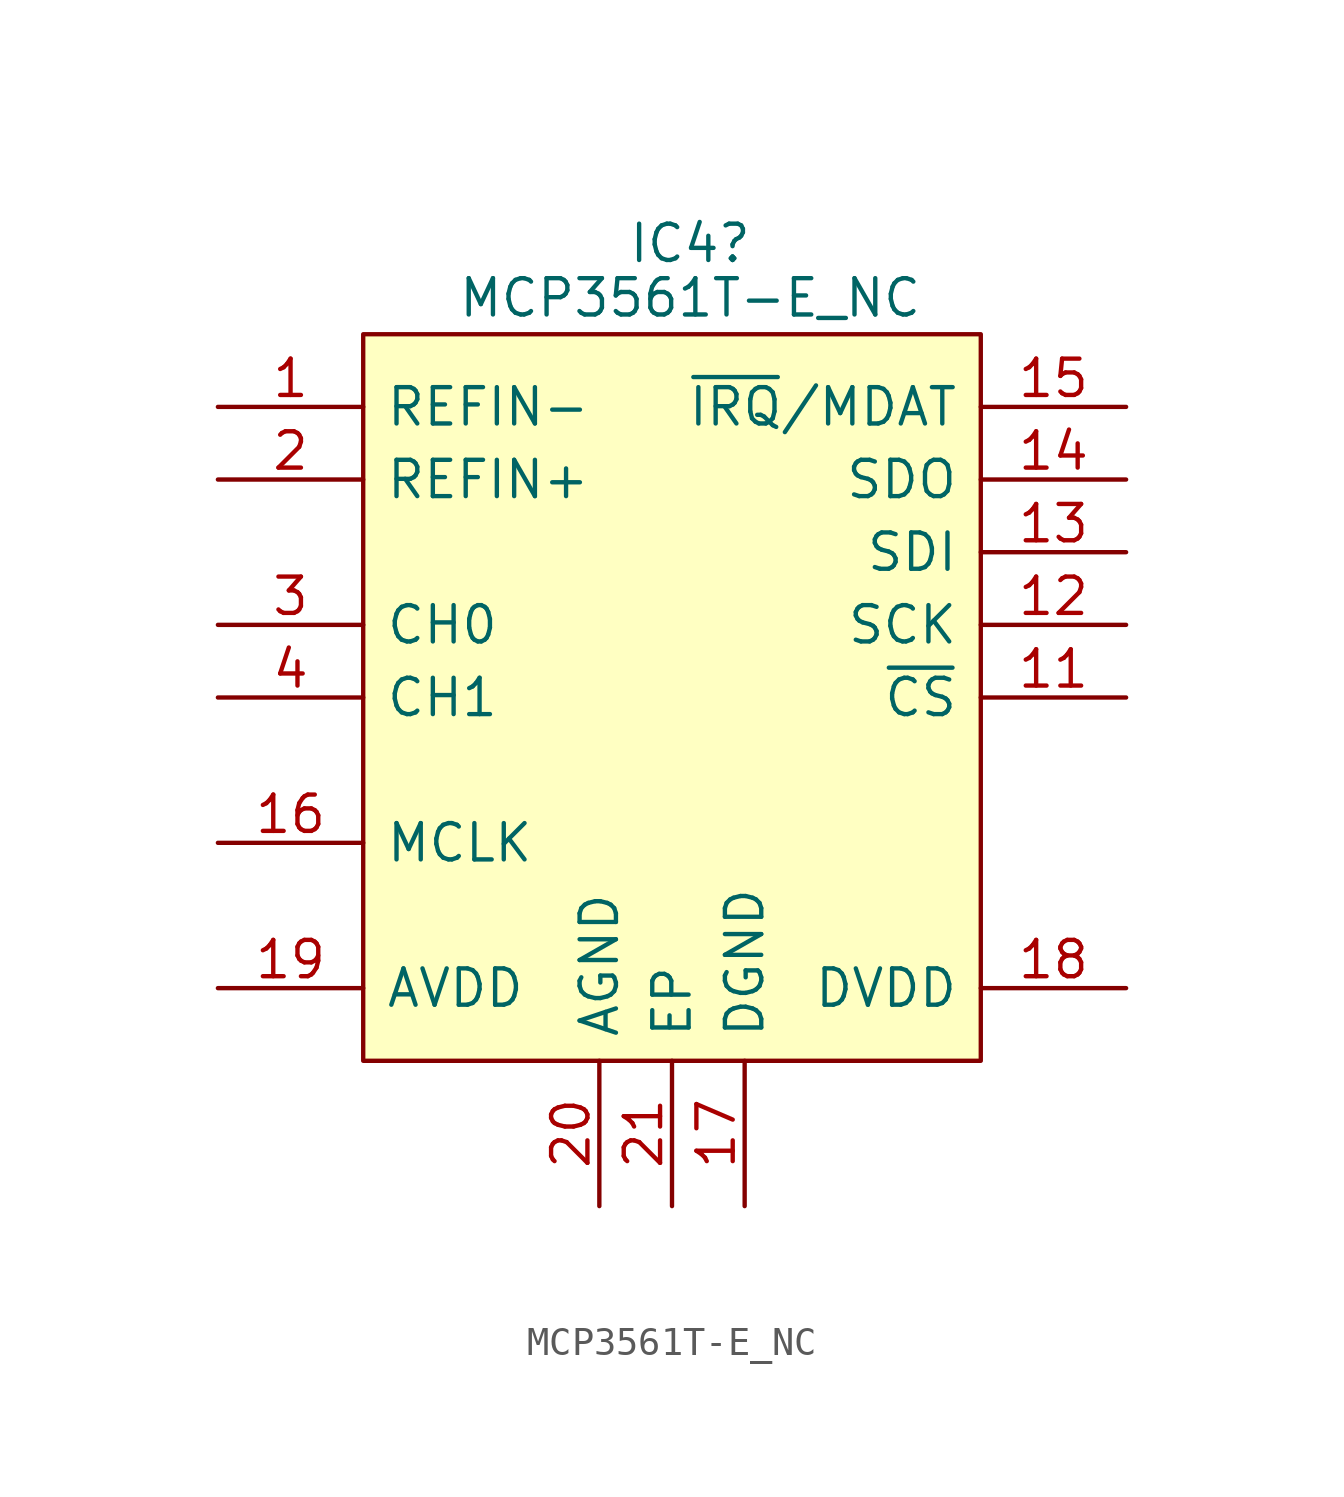
<source format=kicad_sym>
(kicad_symbol_lib
  (version 20211014)
  (generator kicad_symbol_editor)
  (symbol "MCP3561T-E_NC"
    (pin_names
      (offset 0.762))
    (property "Reference" "IC4"
      (at 16.51 8.255 0)
      (effects (font (size 1.27 1.27))))
    (property "Value" "MCP3561T-E_NC"
      (at 16.51 6.35 0)
      (effects (font (size 1.27 1.27))))
    (symbol "MCP3561T-E_NC_0_0"
      (pin passive line (at 0 2.54 0) (length 5.08) (name "REFIN-" (effects (font (size 1.27 1.27)))) (number "1" (effects (font (size 1.27 1.27)))))
      (pin passive line (at 31.75 -7.62 180) (length 5.08) (name "~{CS}" (effects (font (size 1.27 1.27)))) (number "11" (effects (font (size 1.27 1.27)))))
      (pin passive line (at 31.75 -5.08 180) (length 5.08) (name "SCK" (effects (font (size 1.27 1.27)))) (number "12" (effects (font (size 1.27 1.27)))))
      (pin passive line (at 31.75 -2.54 180) (length 5.08) (name "SDI" (effects (font (size 1.27 1.27)))) (number "13" (effects (font (size 1.27 1.27)))))
      (pin passive line (at 31.75 0 180) (length 5.08) (name "SDO" (effects (font (size 1.27 1.27)))) (number "14" (effects (font (size 1.27 1.27)))))
      (pin passive line (at 31.75 2.54 180) (length 5.08) (name "~{IRQ}/MDAT" (effects (font (size 1.27 1.27)))) (number "15" (effects (font (size 1.27 1.27)))))
      (pin passive line (at 0 -12.7 0) (length 5.08) (name "MCLK" (effects (font (size 1.27 1.27)))) (number "16" (effects (font (size 1.27 1.27)))))
      (pin passive line (at 18.415 -25.4 90) (length 5.08) (name "DGND" (effects (font (size 1.27 1.27)))) (number "17" (effects (font (size 1.27 1.27)))))
      (pin passive line (at 31.75 -17.78 180) (length 5.08) (name "DVDD" (effects (font (size 1.27 1.27)))) (number "18" (effects (font (size 1.27 1.27)))))
      (pin passive line (at 0 -17.78 0) (length 5.08) (name "AVDD" (effects (font (size 1.27 1.27)))) (number "19" (effects (font (size 1.27 1.27)))))
      (pin passive line (at 0 0 0) (length 5.08) (name "REFIN+" (effects (font (size 1.27 1.27)))) (number "2" (effects (font (size 1.27 1.27)))))
      (pin passive line (at 13.335 -25.4 90) (length 5.08) (name "AGND" (effects (font (size 1.27 1.27)))) (number "20" (effects (font (size 1.27 1.27)))))
      (pin passive line (at 15.875 -25.4 90) (length 5.08) (name "EP" (effects (font (size 1.27 1.27)))) (number "21" (effects (font (size 1.27 1.27)))))
      (pin passive line (at 0 -5.08 0) (length 5.08) (name "CH0" (effects (font (size 1.27 1.27)))) (number "3" (effects (font (size 1.27 1.27)))))
      (pin passive line (at 0 -7.62 0) (length 5.08) (name "CH1" (effects (font (size 1.27 1.27)))) (number "4" (effects (font (size 1.27 1.27))))))
    (symbol "MCP3561T-E_NC_0_1"
      (polyline (pts (xy 5.08 5.08) (xy 26.67 5.08) (xy 26.67 -20.32) (xy 5.08 -20.32) (xy 5.08 5.08)) (stroke (width 0.152) (type default) (color 0 0 0 0)) (fill (type background))))))
</source>
